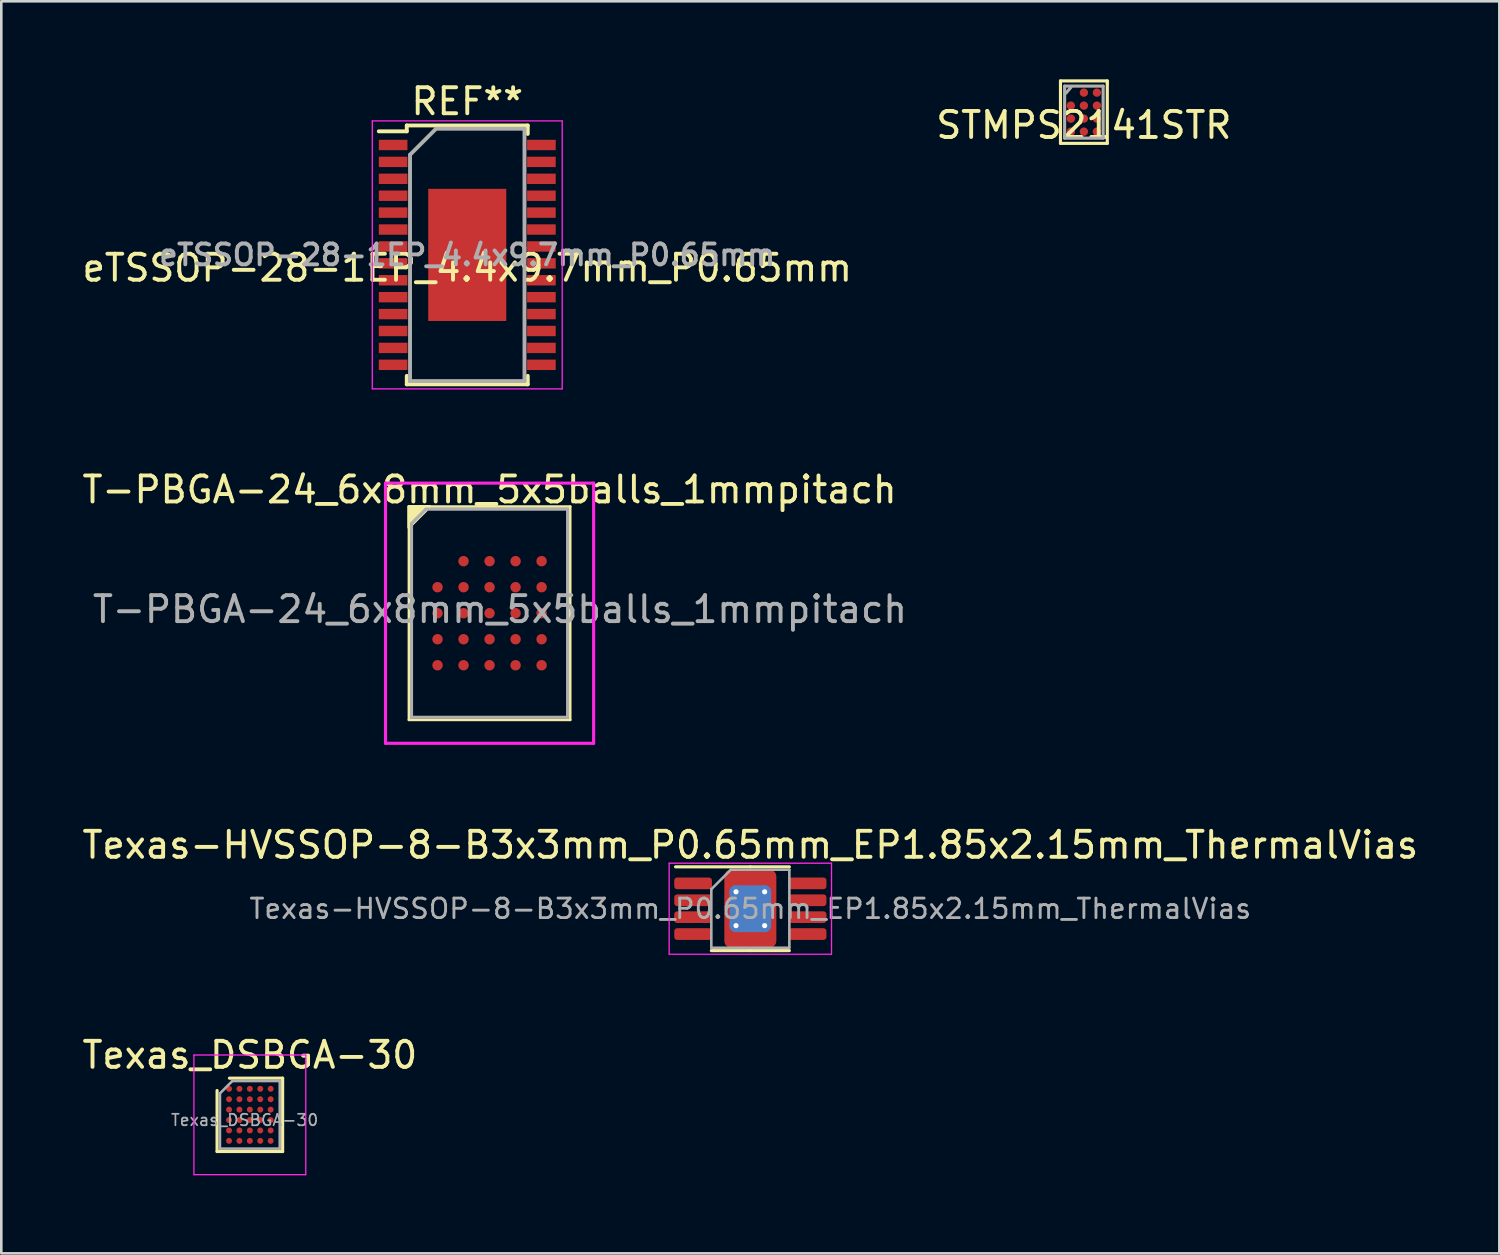
<source format=kicad_pcb>
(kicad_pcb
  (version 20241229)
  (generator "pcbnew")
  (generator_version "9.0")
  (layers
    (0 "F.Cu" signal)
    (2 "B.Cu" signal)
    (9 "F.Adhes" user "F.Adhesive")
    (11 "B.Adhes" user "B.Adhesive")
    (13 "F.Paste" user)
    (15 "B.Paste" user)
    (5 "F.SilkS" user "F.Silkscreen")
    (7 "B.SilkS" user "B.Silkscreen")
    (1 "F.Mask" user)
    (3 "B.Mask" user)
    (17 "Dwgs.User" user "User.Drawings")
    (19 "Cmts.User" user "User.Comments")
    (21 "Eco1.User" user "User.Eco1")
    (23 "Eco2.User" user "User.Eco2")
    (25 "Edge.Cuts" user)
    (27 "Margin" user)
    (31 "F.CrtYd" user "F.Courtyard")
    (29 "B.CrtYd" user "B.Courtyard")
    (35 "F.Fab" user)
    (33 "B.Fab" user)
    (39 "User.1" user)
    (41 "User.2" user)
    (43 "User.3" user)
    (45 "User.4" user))
  (footprint "STMPS2141STR"
    (layer "F.Cu")
    (at 38.613 1.26)
    (property "Reference" "STMPS2141STR" (at 0 0.5 0) (layer "F.SilkS") (effects (font (size 1 1) (thickness 0.15))))
    (attr through_hole)
    (fp_line (start -0.9 -1.2) (end 0.9 -1.2) (stroke (width 0.12) (type solid)) (layer "F.SilkS"))
    (fp_line (start -0.9 1.2) (end -0.9 -1.2) (stroke (width 0.12) (type solid)) (layer "F.SilkS"))
    (fp_line (start 0.9 -1.2) (end 0.9 -1.1) (stroke (width 0.12) (type solid)) (layer "F.SilkS"))
    (fp_line (start 0.9 -1.1) (end 0.9 1.2) (stroke (width 0.12) (type solid)) (layer "F.SilkS"))
    (fp_line (start 0.9 1.2) (end -0.9 1.2) (stroke (width 0.12) (type solid)) (layer "F.SilkS"))
    (fp_line (start -0.74 -1) (end 0.74 -1) (stroke (width 0.12) (type solid)) (layer "F.Fab"))
    (fp_line (start -0.74 1) (end -0.74 -1) (stroke (width 0.12) (type solid)) (layer "F.Fab"))
    (fp_line (start -0.74 1) (end 0.74 1) (stroke (width 0.12) (type solid)) (layer "F.Fab"))
    (fp_line (start -0.69 -0.73) (end -0.5 -0.95) (stroke (width 0.12) (type solid)) (layer "F.Fab"))
    (fp_line (start 0.74 1) (end 0.74 -1) (stroke (width 0.12) (type solid)) (layer "F.Fab"))
    (pad "A2" smd circle (at 0 -0.75) (size 0.32 0.32) (layers "F.Cu" "F.Mask" "F.Paste"))
    (pad "A3" smd circle (at 0.5 -0.75) (size 0.32 0.32) (layers "F.Cu" "F.Mask" "F.Paste"))
    (pad "B1" smd circle (at -0.5 -0.25) (size 0.32 0.32) (layers "F.Cu" "F.Mask" "F.Paste"))
    (pad "B2" smd circle (at 0 -0.25) (size 0.32 0.32) (layers "F.Cu" "F.Mask" "F.Paste"))
    (pad "B3" smd circle (at 0.5 -0.25) (size 0.32 0.32) (layers "F.Cu" "F.Mask" "F.Paste"))
    (pad "C1" smd circle (at -0.5 0.25) (size 0.32 0.32) (layers "F.Cu" "F.Mask" "F.Paste"))
    (pad "C2" smd circle (at 0 0.25) (size 0.32 0.32) (layers "F.Cu" "F.Mask" "F.Paste"))
    (pad "C3" smd circle (at 0.5 0.25) (size 0.32 0.32) (layers "F.Cu" "F.Mask" "F.Paste"))
    (pad "D1" smd circle (at -0.5 0.75) (size 0.32 0.32) (layers "F.Cu" "F.Mask" "F.Paste"))
    (pad "D2" smd circle (at 0 0.75) (size 0.32 0.32) (layers "F.Cu" "F.Mask" "F.Paste"))
    (pad "D3" smd circle (at 0.5 0.75) (size 0.32 0.32) (layers "F.Cu" "F.Mask" "F.Paste")))
  (footprint "T-PBGA-24_6x8mm_5x5balls_1mmpitach"
    (layer "F.Cu")
    (at 15.768 20.521)
    (property "Reference" "T-PBGA-24_6x8mm_5x5balls_1mmpitach" (at 0 -4.75 0) (layer "F.SilkS") (effects (font (size 1 1) (thickness 0.15))))
    (attr smd)
    (fp_line (start -3.1 4.1) (end -3.1 -4.1) (stroke (width 0.1) (type solid)) (layer "F.SilkS"))
    (fp_line (start 3.1 -4.1) (end -3.1 -4.1) (stroke (width 0.1) (type solid)) (layer "F.SilkS"))
    (fp_line (start 3.1 -4.1) (end 3.1 4.1) (stroke (width 0.1) (type solid)) (layer "F.SilkS"))
    (fp_line (start 3.1 4.1) (end -3.1 4.1) (stroke (width 0.1) (type solid)) (layer "F.SilkS"))
    (fp_poly (pts (xy -3.1 -3.3) (xy -3.1 -4.1) (xy -2.3 -4.1)) (stroke (width 0.12) (type solid)) (fill yes) (layer "F.SilkS"))
    (fp_line (start -4 -5) (end -4 5) (stroke (width 0.12) (type solid)) (layer "F.CrtYd"))
    (fp_line (start -4 5) (end 4 5) (stroke (width 0.12) (type solid)) (layer "F.CrtYd"))
    (fp_line (start 4 -5) (end -4 -5) (stroke (width 0.12) (type solid)) (layer "F.CrtYd"))
    (fp_line (start 4 5) (end 4 -5) (stroke (width 0.12) (type solid)) (layer "F.CrtYd"))
    (fp_line (start -3 -3.45) (end -3 4) (stroke (width 0.12) (type solid)) (layer "F.Fab"))
    (fp_line (start -2.45 -4) (end -3 -3.45) (stroke (width 0.12) (type solid)) (layer "F.Fab"))
    (fp_line (start -2.45 -4) (end 3 -4) (stroke (width 0.12) (type solid)) (layer "F.Fab"))
    (fp_line (start 3 -4) (end 3 4) (stroke (width 0.12) (type solid)) (layer "F.Fab"))
    (fp_line (start 3 4) (end -3 4) (stroke (width 0.12) (type solid)) (layer "F.Fab"))
    (fp_text user "${REFERENCE}" (at 0.4 -0.15 0) (layer "F.Fab") (effects (font (size 1 1) (thickness 0.15))))
    (pad "A2" smd circle (at -1 -2 270) (size 0.4 0.4) (layers "F.Cu" "F.Mask" "F.Paste"))
    (pad "A3" smd circle (at 0 -2 270) (size 0.4 0.4) (layers "F.Cu" "F.Mask" "F.Paste"))
    (pad "A4" smd circle (at 1 -2 270) (size 0.4 0.4) (layers "F.Cu" "F.Mask" "F.Paste"))
    (pad "A5" smd circle (at 2 -2 270) (size 0.4 0.4) (layers "F.Cu" "F.Mask" "F.Paste"))
    (pad "B1" smd circle (at -2 -1 270) (size 0.4 0.4) (layers "F.Cu" "F.Mask" "F.Paste"))
    (pad "B2" smd circle (at -1 -1 270) (size 0.4 0.4) (layers "F.Cu" "F.Mask" "F.Paste"))
    (pad "B3" smd circle (at 0 -1 270) (size 0.4 0.4) (layers "F.Cu" "F.Mask" "F.Paste"))
    (pad "B4" smd circle (at 1 -1 270) (size 0.4 0.4) (layers "F.Cu" "F.Mask" "F.Paste"))
    (pad "B5" smd circle (at 2 -1 270) (size 0.4 0.4) (layers "F.Cu" "F.Mask" "F.Paste"))
    (pad "C1" smd circle (at -2 0 270) (size 0.4 0.4) (layers "F.Cu" "F.Mask" "F.Paste"))
    (pad "C2" smd circle (at -1 0 270) (size 0.4 0.4) (layers "F.Cu" "F.Mask" "F.Paste"))
    (pad "C3" smd circle (at 0 0 270) (size 0.4 0.4) (layers "F.Cu" "F.Mask" "F.Paste"))
    (pad "C4" smd circle (at 1 0 270) (size 0.4 0.4) (layers "F.Cu" "F.Mask" "F.Paste"))
    (pad "C5" smd circle (at 2 0 270) (size 0.4 0.4) (layers "F.Cu" "F.Mask" "F.Paste"))
    (pad "D1" smd circle (at -2 1 270) (size 0.4 0.4) (layers "F.Cu" "F.Mask" "F.Paste"))
    (pad "D2" smd circle (at -1 1 270) (size 0.4 0.4) (layers "F.Cu" "F.Mask" "F.Paste"))
    (pad "D3" smd circle (at 0 1 270) (size 0.4 0.4) (layers "F.Cu" "F.Mask" "F.Paste"))
    (pad "D4" smd circle (at 1 1 270) (size 0.4 0.4) (layers "F.Cu" "F.Mask" "F.Paste"))
    (pad "D5" smd circle (at 2 1 270) (size 0.4 0.4) (layers "F.Cu" "F.Mask" "F.Paste"))
    (pad "E1" smd circle (at -2 2 270) (size 0.4 0.4) (layers "F.Cu" "F.Mask" "F.Paste"))
    (pad "E2" smd circle (at -1 2 270) (size 0.4 0.4) (layers "F.Cu" "F.Mask" "F.Paste"))
    (pad "E3" smd circle (at 0 2 270) (size 0.4 0.4) (layers "F.Cu" "F.Mask" "F.Paste"))
    (pad "E4" smd circle (at 1 2 270) (size 0.4 0.4) (layers "F.Cu" "F.Mask" "F.Paste"))
    (pad "E5" smd circle (at 2 2 270) (size 0.4 0.4) (layers "F.Cu" "F.Mask" "F.Paste")))
  (footprint "Texas-HVSSOP-8-B3x3mm_P0.65mm_EP1.85x2.15mm_ThermalVias"
    (layer "F.Cu")
    (at 25.792 31.88)
    (property "Reference" "Texas-HVSSOP-8-B3x3mm_P0.65mm_EP1.85x2.15mm_ThermalVias" (at 0 -2.45 0) (layer "F.SilkS") (effects (font (size 1 1) (thickness 0.15))))
    (attr smd)
    (fp_line (start 0 -1.61) (end -2.875 -1.61) (stroke (width 0.12) (type solid)) (layer "F.SilkS"))
    (fp_line (start 0 -1.61) (end 1.5 -1.61) (stroke (width 0.12) (type solid)) (layer "F.SilkS"))
    (fp_line (start 0 1.61) (end -1.5 1.61) (stroke (width 0.12) (type solid)) (layer "F.SilkS"))
    (fp_line (start 0 1.61) (end 1.5 1.61) (stroke (width 0.12) (type solid)) (layer "F.SilkS"))
    (fp_line (start -3.12 -1.75) (end -3.12 1.75) (stroke (width 0.05) (type solid)) (layer "F.CrtYd"))
    (fp_line (start -3.12 1.75) (end 3.12 1.75) (stroke (width 0.05) (type solid)) (layer "F.CrtYd"))
    (fp_line (start 3.12 -1.75) (end -3.12 -1.75) (stroke (width 0.05) (type solid)) (layer "F.CrtYd"))
    (fp_line (start 3.12 1.75) (end 3.12 -1.75) (stroke (width 0.05) (type solid)) (layer "F.CrtYd"))
    (fp_line (start -1.5 -0.75) (end -0.75 -1.5) (stroke (width 0.1) (type solid)) (layer "F.Fab"))
    (fp_line (start -1.5 1.5) (end -1.5 -0.75) (stroke (width 0.1) (type solid)) (layer "F.Fab"))
    (fp_line (start -0.75 -1.5) (end 1.5 -1.5) (stroke (width 0.1) (type solid)) (layer "F.Fab"))
    (fp_line (start 1.5 -1.5) (end 1.5 1.5) (stroke (width 0.1) (type solid)) (layer "F.Fab"))
    (fp_line (start 1.5 1.5) (end -1.5 1.5) (stroke (width 0.1) (type solid)) (layer "F.Fab"))
    (fp_text user "${REFERENCE}" (at 0 0 0) (layer "F.Fab") (effects (font (size 0.75 0.75) (thickness 0.11))))
    (pad "" smd roundrect (at -0.49 -0.54) (size 0.82 0.9) (layers "F.Paste") (roundrect_rratio 0.25))
    (pad "" smd roundrect (at -0.49 0.54) (size 0.82 0.9) (layers "F.Paste") (roundrect_rratio 0.25))
    (pad "" smd roundrect (at 0.49 -0.54) (size 0.82 0.9) (layers "F.Paste") (roundrect_rratio 0.25))
    (pad "" smd roundrect (at 0.49 0.54) (size 0.82 0.9) (layers "F.Paste") (roundrect_rratio 0.25))
    (pad "1" smd roundrect (at -2.2 -0.975) (size 1.45 0.45) (layers "F.Cu" "F.Mask" "F.Paste") (roundrect_rratio 0.25))
    (pad "2" smd roundrect (at -2.2 -0.325) (size 1.45 0.45) (layers "F.Cu" "F.Mask" "F.Paste") (roundrect_rratio 0.25))
    (pad "3" smd roundrect (at -2.2 0.325) (size 1.45 0.45) (layers "F.Cu" "F.Mask" "F.Paste") (roundrect_rratio 0.25))
    (pad "4" smd roundrect (at -2.2 0.975) (size 1.45 0.45) (layers "F.Cu" "F.Mask" "F.Paste") (roundrect_rratio 0.25))
    (pad "5" smd roundrect (at 2.2 0.975) (size 1.45 0.45) (layers "F.Cu" "F.Mask" "F.Paste") (roundrect_rratio 0.25))
    (pad "6" smd roundrect (at 2.2 0.325) (size 1.45 0.45) (layers "F.Cu" "F.Mask" "F.Paste") (roundrect_rratio 0.25))
    (pad "7" smd roundrect (at 2.2 -0.325) (size 1.45 0.45) (layers "F.Cu" "F.Mask" "F.Paste") (roundrect_rratio 0.25))
    (pad "8" smd roundrect (at 2.2 -0.975) (size 1.45 0.45) (layers "F.Cu" "F.Mask" "F.Paste") (roundrect_rratio 0.25))
    (pad "9" thru_hole circle (at -0.55 -0.65) (size 0.5 0.5) (drill 0.2) (layers "*.Cu"))
    (pad "9" thru_hole circle (at -0.55 0.65) (size 0.5 0.5) (drill 0.2) (layers "*.Cu"))
    (pad "9" smd roundrect (at 0 0) (size 1.6 1.8) (layers "B.Cu") (roundrect_rratio 0.156))
    (pad "9" smd roundrect (at 0 0) (size 1.85 2.15) (layers "F.Cu" "F.Mask" "B.Paste") (roundrect_rratio 0.128))
    (pad "9" smd roundrect (at 0 0) (size 2 3) (layers "F.Cu") (roundrect_rratio 0.128))
    (pad "9" thru_hole circle (at 0.55 -0.65) (size 0.5 0.5) (drill 0.2) (layers "*.Cu"))
    (pad "9" thru_hole circle (at 0.55 0.65) (size 0.5 0.5) (drill 0.2) (layers "*.Cu")))
  (footprint "Texas_DSBGA-30"
    (layer "F.Cu")
    (at 6.554 39.803)
    (property "Reference" "Texas_DSBGA-30" (at 0 -2.3 0) (layer "F.SilkS") (effects (font (size 1 1) (thickness 0.15))))
    (attr smd)
    (fp_line (start -1.26 1.41) (end -1.26 -0.935) (stroke (width 0.12) (type solid)) (layer "F.SilkS"))
    (fp_line (start -0.785 -1.41) (end 1.26 -1.41) (stroke (width 0.12) (type solid)) (layer "F.SilkS"))
    (fp_line (start 1.26 -1.41) (end 1.26 1.41) (stroke (width 0.12) (type solid)) (layer "F.SilkS"))
    (fp_line (start 1.26 1.41) (end -1.26 1.41) (stroke (width 0.12) (type solid)) (layer "F.SilkS"))
    (fp_line (start -2.15 -2.3) (end -2.15 2.3) (stroke (width 0.05) (type solid)) (layer "F.CrtYd"))
    (fp_line (start -2.15 2.3) (end 2.15 2.3) (stroke (width 0.05) (type solid)) (layer "F.CrtYd"))
    (fp_line (start 2.15 -2.3) (end -2.15 -2.3) (stroke (width 0.05) (type solid)) (layer "F.CrtYd"))
    (fp_line (start 2.15 2.3) (end 2.15 -2.3) (stroke (width 0.05) (type solid)) (layer "F.CrtYd"))
    (fp_line (start -1.15 -0.825) (end -0.675 -1.3) (stroke (width 0.1) (type solid)) (layer "F.Fab"))
    (fp_line (start -1.15 1.3) (end -1.15 -0.825) (stroke (width 0.1) (type solid)) (layer "F.Fab"))
    (fp_line (start -0.675 -1.3) (end 1.15 -1.3) (stroke (width 0.1) (type solid)) (layer "F.Fab"))
    (fp_line (start 1.15 -1.3) (end 1.15 1.3) (stroke (width 0.1) (type solid)) (layer "F.Fab"))
    (fp_line (start 1.15 1.3) (end -1.15 1.3) (stroke (width 0.1) (type solid)) (layer "F.Fab"))
    (fp_text user "${REFERENCE}" (at -0.2 0.2 0) (layer "F.Fab") (effects (font (size 0.44 0.44) (thickness 0.066))))
    (pad "A1" smd circle (at -0.8 -1) (size 0.23 0.23) (layers "F.Cu" "F.Mask" "F.Paste"))
    (pad "A2" smd circle (at -0.4 -1) (size 0.23 0.23) (layers "F.Cu" "F.Mask" "F.Paste"))
    (pad "A3" smd circle (at 0 -1) (size 0.23 0.23) (layers "F.Cu" "F.Mask" "F.Paste"))
    (pad "A4" smd circle (at 0.4 -1) (size 0.23 0.23) (layers "F.Cu" "F.Mask" "F.Paste"))
    (pad "A5" smd circle (at 0.8 -1) (size 0.23 0.23) (layers "F.Cu" "F.Mask" "F.Paste"))
    (pad "B1" smd circle (at -0.8 -0.6) (size 0.23 0.23) (layers "F.Cu" "F.Mask" "F.Paste"))
    (pad "B2" smd circle (at -0.4 -0.6) (size 0.23 0.23) (layers "F.Cu" "F.Mask" "F.Paste"))
    (pad "B3" smd circle (at 0 -0.6) (size 0.23 0.23) (layers "F.Cu" "F.Mask" "F.Paste"))
    (pad "B4" smd circle (at 0.4 -0.6) (size 0.23 0.23) (layers "F.Cu" "F.Mask" "F.Paste"))
    (pad "B5" smd circle (at 0.8 -0.6) (size 0.23 0.23) (layers "F.Cu" "F.Mask" "F.Paste"))
    (pad "C1" smd circle (at -0.8 -0.2) (size 0.23 0.23) (layers "F.Cu" "F.Mask" "F.Paste"))
    (pad "C2" smd circle (at -0.4 -0.2) (size 0.23 0.23) (layers "F.Cu" "F.Mask" "F.Paste"))
    (pad "C3" smd circle (at 0 -0.2) (size 0.23 0.23) (layers "F.Cu" "F.Mask" "F.Paste"))
    (pad "C4" smd circle (at 0.4 -0.2) (size 0.23 0.23) (layers "F.Cu" "F.Mask" "F.Paste"))
    (pad "C5" smd circle (at 0.8 -0.2) (size 0.23 0.23) (layers "F.Cu" "F.Mask" "F.Paste"))
    (pad "D1" smd circle (at -0.8 0.2) (size 0.23 0.23) (layers "F.Cu" "F.Mask" "F.Paste"))
    (pad "D2" smd circle (at -0.4 0.2) (size 0.23 0.23) (layers "F.Cu" "F.Mask" "F.Paste"))
    (pad "D3" smd circle (at 0 0.2) (size 0.23 0.23) (layers "F.Cu" "F.Mask" "F.Paste"))
    (pad "D4" smd circle (at 0.4 0.2) (size 0.23 0.23) (layers "F.Cu" "F.Mask" "F.Paste"))
    (pad "D5" smd circle (at 0.8 0.2) (size 0.23 0.23) (layers "F.Cu" "F.Mask" "F.Paste"))
    (pad "E1" smd circle (at -0.8 0.6) (size 0.23 0.23) (layers "F.Cu" "F.Mask" "F.Paste"))
    (pad "E2" smd circle (at -0.4 0.6) (size 0.23 0.23) (layers "F.Cu" "F.Mask" "F.Paste"))
    (pad "E3" smd circle (at 0 0.6) (size 0.23 0.23) (layers "F.Cu" "F.Mask" "F.Paste"))
    (pad "E4" smd circle (at 0.4 0.6) (size 0.23 0.23) (layers "F.Cu" "F.Mask" "F.Paste"))
    (pad "E5" smd circle (at 0.8 0.6) (size 0.23 0.23) (layers "F.Cu" "F.Mask" "F.Paste"))
    (pad "F1" smd circle (at -0.8 1) (size 0.23 0.23) (layers "F.Cu" "F.Mask" "F.Paste"))
    (pad "F2" smd circle (at -0.4 1) (size 0.23 0.23) (layers "F.Cu" "F.Mask" "F.Paste"))
    (pad "F3" smd circle (at 0 1) (size 0.23 0.23) (layers "F.Cu" "F.Mask" "F.Paste"))
    (pad "F4" smd circle (at 0.4 1) (size 0.23 0.23) (layers "F.Cu" "F.Mask" "F.Paste"))
    (pad "F5" smd circle (at 0.8 1) (size 0.23 0.23) (layers "F.Cu" "F.Mask" "F.Paste")))
  (footprint "eTSSOP-28-1EP_4.4x9.7mm_P0.65mm"
    (layer "F.Cu")
    (at 14.911 6.748)
    (property "Reference" "eTSSOP-28-1EP_4.4x9.7mm_P0.65mm" (at 0 0.5 0) (layer "F.SilkS") (effects (font (size 1 1) (thickness 0.15))))
    (attr through_hole)
    (fp_line (start -2.325 -4.975) (end -2.325 -4.75) (stroke (width 0.15) (type solid)) (layer "F.SilkS"))
    (fp_line (start -2.325 -4.975) (end 2.325 -4.975) (stroke (width 0.15) (type solid)) (layer "F.SilkS"))
    (fp_line (start -2.325 -4.75) (end -3.4 -4.75) (stroke (width 0.15) (type solid)) (layer "F.SilkS"))
    (fp_line (start -2.325 4.975) (end -2.325 4.65) (stroke (width 0.15) (type solid)) (layer "F.SilkS"))
    (fp_line (start -2.325 4.975) (end 2.325 4.975) (stroke (width 0.15) (type solid)) (layer "F.SilkS"))
    (fp_line (start 2.325 -4.975) (end 2.325 -4.65) (stroke (width 0.15) (type solid)) (layer "F.SilkS"))
    (fp_line (start 2.325 4.975) (end 2.325 4.65) (stroke (width 0.15) (type solid)) (layer "F.SilkS"))
    (fp_line (start -3.65 -5.15) (end -3.65 5.15) (stroke (width 0.05) (type solid)) (layer "F.CrtYd"))
    (fp_line (start -3.65 -5.15) (end 3.65 -5.15) (stroke (width 0.05) (type solid)) (layer "F.CrtYd"))
    (fp_line (start -3.65 5.15) (end 3.65 5.15) (stroke (width 0.05) (type solid)) (layer "F.CrtYd"))
    (fp_line (start 3.65 -5.15) (end 3.65 5.15) (stroke (width 0.05) (type solid)) (layer "F.CrtYd"))
    (fp_line (start -2.2 -3.85) (end -1.2 -4.85) (stroke (width 0.15) (type solid)) (layer "F.Fab"))
    (fp_line (start -2.2 4.85) (end -2.2 -3.85) (stroke (width 0.15) (type solid)) (layer "F.Fab"))
    (fp_line (start -1.2 -4.85) (end 2.2 -4.85) (stroke (width 0.15) (type solid)) (layer "F.Fab"))
    (fp_line (start 2.2 -4.85) (end 2.2 4.85) (stroke (width 0.15) (type solid)) (layer "F.Fab"))
    (fp_line (start 2.2 4.85) (end -2.2 4.85) (stroke (width 0.15) (type solid)) (layer "F.Fab"))
    (fp_text user "REF**" (at 0 -5.9 0) (layer "F.SilkS") (effects (font (size 1 1) (thickness 0.15))))
    (fp_text user "${REFERENCE}" (at 0 0 0) (layer "F.Fab") (effects (font (size 0.8 0.8) (thickness 0.15))))
    (pad "1" smd rect (at -2.85 -4.225) (size 1.1 0.4) (layers "F.Cu" "F.Mask" "F.Paste"))
    (pad "2" smd rect (at -2.85 -3.575) (size 1.1 0.4) (layers "F.Cu" "F.Mask" "F.Paste"))
    (pad "3" smd rect (at -2.85 -2.925) (size 1.1 0.4) (layers "F.Cu" "F.Mask" "F.Paste"))
    (pad "4" smd rect (at -2.85 -2.275) (size 1.1 0.4) (layers "F.Cu" "F.Mask" "F.Paste"))
    (pad "5" smd rect (at -2.85 -1.625) (size 1.1 0.4) (layers "F.Cu" "F.Mask" "F.Paste"))
    (pad "6" smd rect (at -2.85 -0.975) (size 1.1 0.4) (layers "F.Cu" "F.Mask" "F.Paste"))
    (pad "7" smd rect (at -2.85 -0.325) (size 1.1 0.4) (layers "F.Cu" "F.Mask" "F.Paste"))
    (pad "8" smd rect (at -2.85 0.325) (size 1.1 0.4) (layers "F.Cu" "F.Mask" "F.Paste"))
    (pad "9" smd rect (at -2.85 0.975) (size 1.1 0.4) (layers "F.Cu" "F.Mask" "F.Paste"))
    (pad "10" smd rect (at -2.85 1.625) (size 1.1 0.4) (layers "F.Cu" "F.Mask" "F.Paste"))
    (pad "11" smd rect (at -2.85 2.275) (size 1.1 0.4) (layers "F.Cu" "F.Mask" "F.Paste"))
    (pad "12" smd rect (at -2.85 2.925) (size 1.1 0.4) (layers "F.Cu" "F.Mask" "F.Paste"))
    (pad "13" smd rect (at -2.85 3.575) (size 1.1 0.4) (layers "F.Cu" "F.Mask" "F.Paste"))
    (pad "14" smd rect (at -2.85 4.225) (size 1.1 0.4) (layers "F.Cu" "F.Mask" "F.Paste"))
    (pad "15" smd rect (at 2.85 4.225) (size 1.1 0.4) (layers "F.Cu" "F.Mask" "F.Paste"))
    (pad "16" smd rect (at 2.85 3.575) (size 1.1 0.4) (layers "F.Cu" "F.Mask" "F.Paste"))
    (pad "17" smd rect (at 2.85 2.925) (size 1.1 0.4) (layers "F.Cu" "F.Mask" "F.Paste"))
    (pad "18" smd rect (at 2.85 2.275) (size 1.1 0.4) (layers "F.Cu" "F.Mask" "F.Paste"))
    (pad "19" smd rect (at 2.85 1.625) (size 1.1 0.4) (layers "F.Cu" "F.Mask" "F.Paste"))
    (pad "20" smd rect (at 2.85 0.975) (size 1.1 0.4) (layers "F.Cu" "F.Mask" "F.Paste"))
    (pad "21" smd rect (at 2.85 0.325) (size 1.1 0.4) (layers "F.Cu" "F.Mask" "F.Paste"))
    (pad "22" smd rect (at 2.85 -0.325) (size 1.1 0.4) (layers "F.Cu" "F.Mask" "F.Paste"))
    (pad "23" smd rect (at 2.85 -0.975) (size 1.1 0.4) (layers "F.Cu" "F.Mask" "F.Paste"))
    (pad "24" smd rect (at 2.85 -1.625) (size 1.1 0.4) (layers "F.Cu" "F.Mask" "F.Paste"))
    (pad "25" smd rect (at 2.85 -2.275) (size 1.1 0.4) (layers "F.Cu" "F.Mask" "F.Paste"))
    (pad "26" smd rect (at 2.85 -2.925) (size 1.1 0.4) (layers "F.Cu" "F.Mask" "F.Paste"))
    (pad "27" smd rect (at 2.85 -3.575) (size 1.1 0.4) (layers "F.Cu" "F.Mask" "F.Paste"))
    (pad "28" smd rect (at 2.85 -4.225) (size 1.1 0.4) (layers "F.Cu" "F.Mask" "F.Paste"))
    (pad "29" smd rect (at 0 0) (size 3 5.08) (layers "F.Cu" "F.Mask" "F.Paste")))
  (gr_rect
    (start -3 -3)
    (end 54.583 45.128)
    (stroke (width 0.1) (type default))
    (fill no)
    (layer "Edge.Cuts")))
</source>
